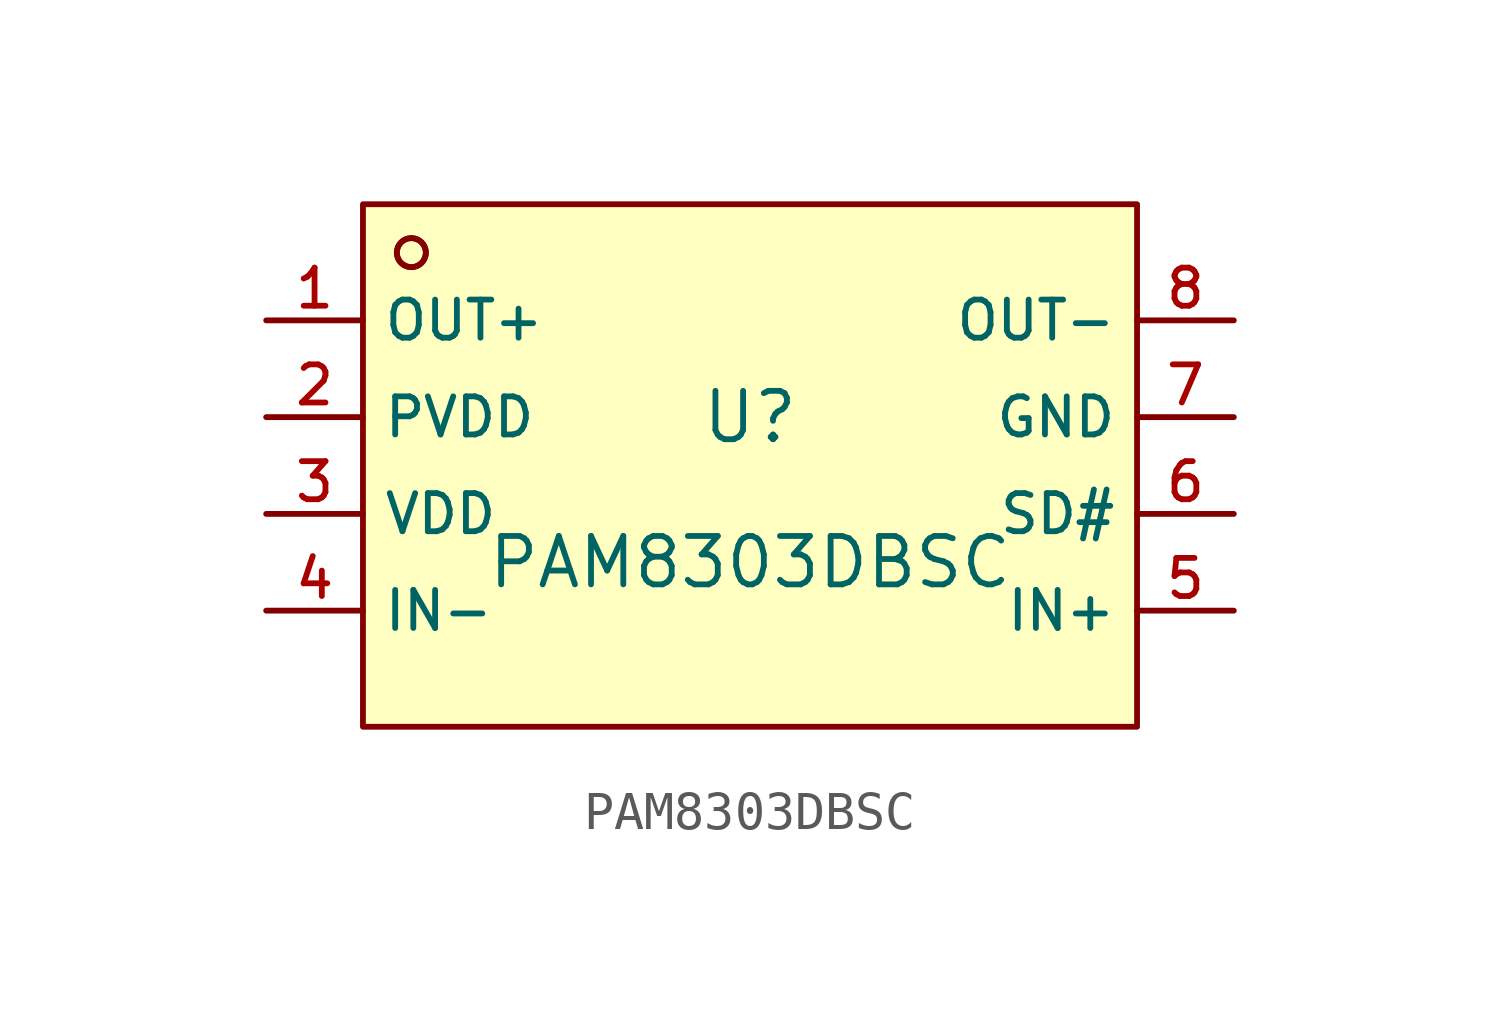
<source format=kicad_sym>
(kicad_symbol_lib
  (version 20210201)
  (generator TousstNicolas/JLC2KiCad_lib)
  (symbol "PAM8303DBSC"
    (property "Reference" "U"
      (at 0 1.27 0)
      (effects (font (size 1.27 1.27))))
    (property "Value" "PAM8303DBSC"
      (at 0 -2.54 0)
      (effects (font (size 1.27 1.27))))
    (symbol "PAM8303DBSC_0_1"
      (circle (center -8.89 5.588) (radius 0.381) (stroke (width 0) (type default) (color 0 0 0 0)) (fill (type background)))
      (rectangle (start -10.16 6.858) (end 10.16 -6.858) (stroke (width 0) (type default) (color 0 0 0 0)) (fill (type background)))
      (circle (center -8.89 5.588) (radius 0.381) (stroke (width 0) (type default) (color 0 0 0 0)) (fill (type background)))
      (pin unspecified line (at -12.7 3.81 0) (length 2.54) (name "OUT+" (effects (font (size 1 1)))) (number "1" (effects (font (size 1 1)))))
      (pin unspecified line (at -12.7 1.27 0) (length 2.54) (name "PVDD" (effects (font (size 1 1)))) (number "2" (effects (font (size 1 1)))))
      (pin unspecified line (at -12.7 -1.27 0) (length 2.54) (name "VDD" (effects (font (size 1 1)))) (number "3" (effects (font (size 1 1)))))
      (pin unspecified line (at -12.7 -3.81 0) (length 2.54) (name "IN-" (effects (font (size 1 1)))) (number "4" (effects (font (size 1 1)))))
      (pin unspecified line (at 12.7 -3.81 180) (length 2.54) (name "IN+" (effects (font (size 1 1)))) (number "5" (effects (font (size 1 1)))))
      (pin unspecified line (at 12.7 -1.27 180) (length 2.54) (name "SD#" (effects (font (size 1 1)))) (number "6" (effects (font (size 1 1)))))
      (pin unspecified line (at 12.7 1.27 180) (length 2.54) (name "GND" (effects (font (size 1 1)))) (number "7" (effects (font (size 1 1)))))
      (pin unspecified line (at 12.7 3.81 180) (length 2.54) (name "OUT-" (effects (font (size 1 1)))) (number "8" (effects (font (size 1 1))))))))
</source>
